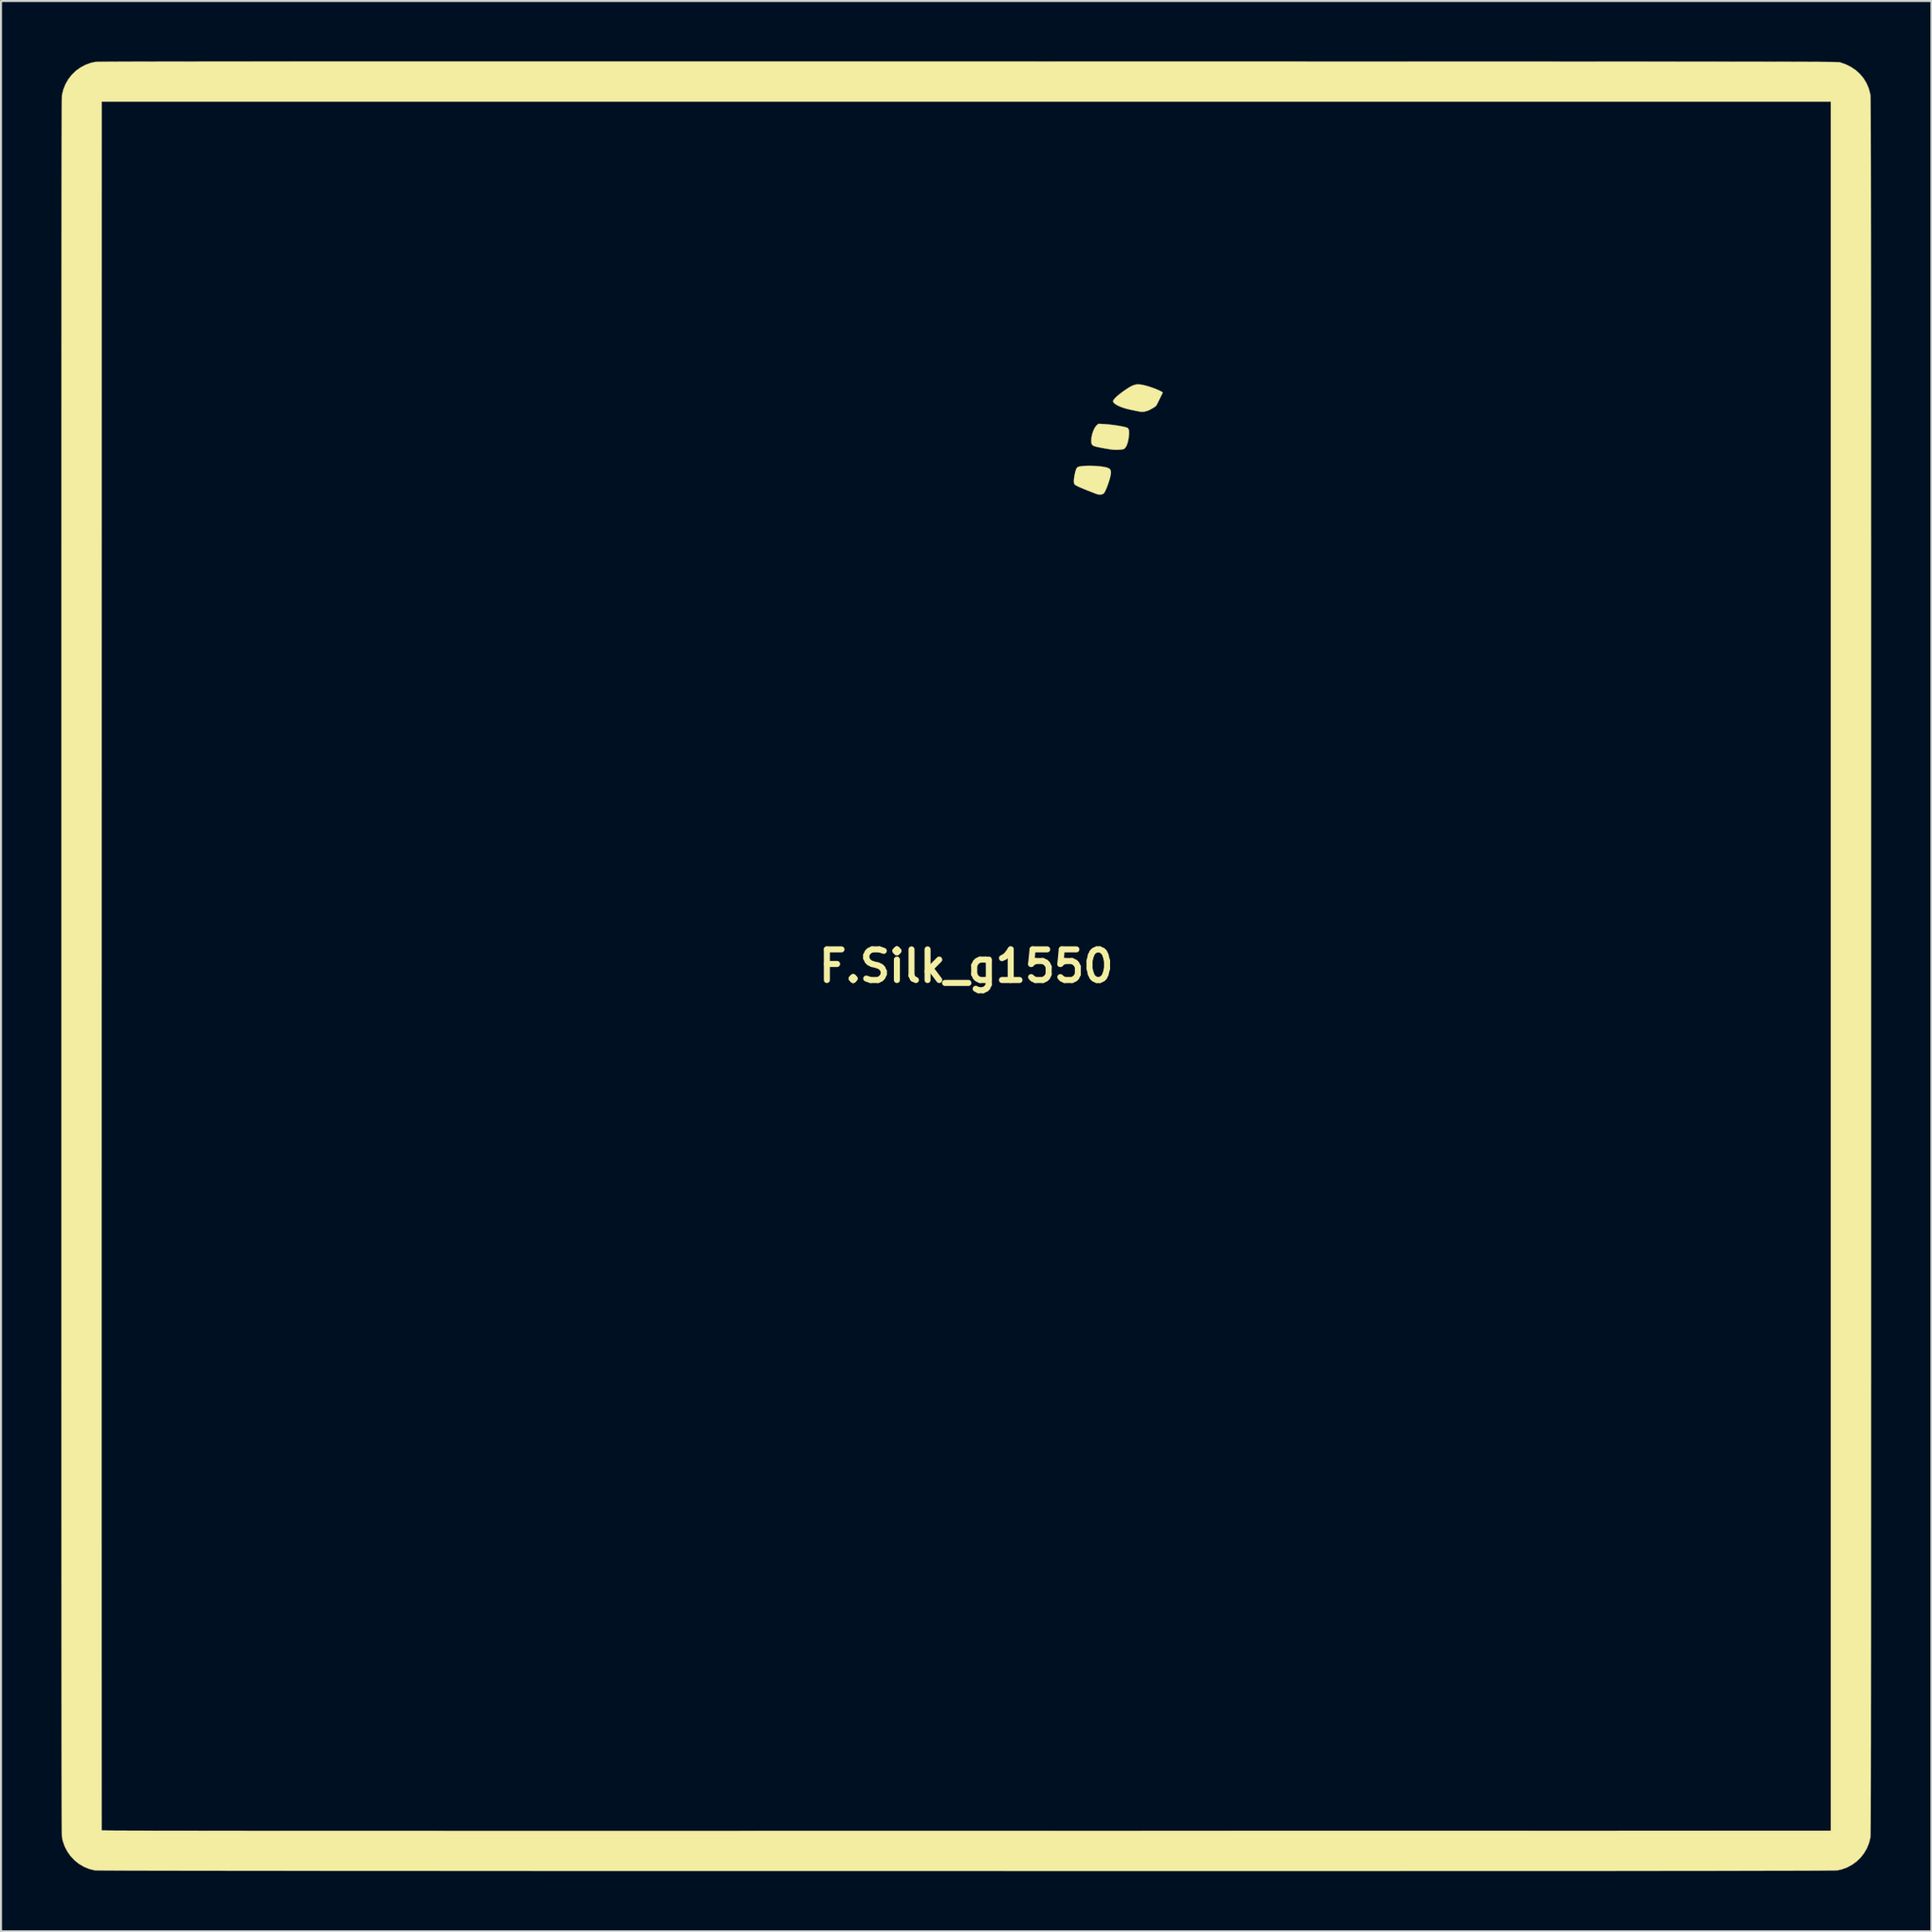
<source format=kicad_pcb>
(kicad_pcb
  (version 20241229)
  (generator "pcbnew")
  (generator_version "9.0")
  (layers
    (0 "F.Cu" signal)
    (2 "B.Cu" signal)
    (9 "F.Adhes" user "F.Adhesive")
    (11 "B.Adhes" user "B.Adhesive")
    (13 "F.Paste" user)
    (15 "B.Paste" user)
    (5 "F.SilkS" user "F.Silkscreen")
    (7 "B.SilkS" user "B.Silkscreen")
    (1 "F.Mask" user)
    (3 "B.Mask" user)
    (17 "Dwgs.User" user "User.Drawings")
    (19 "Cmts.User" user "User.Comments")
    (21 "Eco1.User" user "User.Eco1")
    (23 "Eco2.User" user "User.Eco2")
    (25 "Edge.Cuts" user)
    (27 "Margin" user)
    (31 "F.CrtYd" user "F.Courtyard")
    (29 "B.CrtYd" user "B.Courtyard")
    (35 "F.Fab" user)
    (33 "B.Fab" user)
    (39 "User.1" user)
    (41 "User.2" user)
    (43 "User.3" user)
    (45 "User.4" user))
  (footprint "F.Silk_g1550"
    (layer "F.Cu")
    (at 45.005 45.002)
    (property "Reference" "F.Silk_g1550" (at 0 0 0) (layer "F.SilkS") (effects (font (size 1.524 1.524) (thickness 0.3))))
    (attr through_hole)
    (fp_poly (pts (xy 6.847 -26.959) (xy 6.987 -26.95) (xy 7.14 -26.935) (xy 7.3 -26.916) (xy 7.46 -26.894) (xy 7.613 -26.869) (xy 7.753 -26.844) (xy 7.871 -26.819) (xy 7.962 -26.794) (xy 8.019 -26.773) (xy 8.024 -26.77) (xy 8.067 -26.723) (xy 8.093 -26.645) (xy 8.1 -26.533) (xy 8.096 -26.432) (xy 8.073 -26.24) (xy 8.038 -26.071) (xy 7.993 -25.93) (xy 7.939 -25.82) (xy 7.878 -25.746) (xy 7.846 -25.724) (xy 7.791 -25.708) (xy 7.706 -25.694) (xy 7.6 -25.685) (xy 7.485 -25.681) (xy 7.373 -25.683) (xy 7.292 -25.689) (xy 7.197 -25.701) (xy 7.078 -25.719) (xy 6.944 -25.741) (xy 6.807 -25.765) (xy 6.675 -25.79) (xy 6.559 -25.814) (xy 6.467 -25.834) (xy 6.422 -25.847) (xy 6.332 -25.879) (xy 6.273 -25.918) (xy 6.239 -25.971) (xy 6.222 -26.047) (xy 6.219 -26.157) (xy 6.219 -26.157) (xy 6.231 -26.299) (xy 6.262 -26.449) (xy 6.31 -26.596) (xy 6.369 -26.73) (xy 6.436 -26.84) (xy 6.502 -26.914) (xy 6.572 -26.972) (xy 6.847 -26.959)) (stroke (width 0.01) (type solid)) (fill yes) (layer "F.SilkS"))
    (fp_poly (pts (xy 6.232 -24.884) (xy 6.414 -24.877) (xy 6.594 -24.863) (xy 6.766 -24.842) (xy 6.805 -24.836) (xy 6.947 -24.81) (xy 7.051 -24.779) (xy 7.124 -24.74) (xy 7.169 -24.69) (xy 7.191 -24.624) (xy 7.197 -24.552) (xy 7.189 -24.467) (xy 7.167 -24.357) (xy 7.135 -24.229) (xy 7.094 -24.092) (xy 7.047 -23.953) (xy 6.997 -23.819) (xy 6.947 -23.7) (xy 6.899 -23.601) (xy 6.856 -23.531) (xy 6.834 -23.506) (xy 6.756 -23.466) (xy 6.654 -23.453) (xy 6.54 -23.466) (xy 6.456 -23.493) (xy 6.403 -23.514) (xy 6.321 -23.547) (xy 6.217 -23.587) (xy 6.101 -23.632) (xy 6.032 -23.658) (xy 5.839 -23.735) (xy 5.676 -23.804) (xy 5.545 -23.865) (xy 5.45 -23.915) (xy 5.393 -23.954) (xy 5.392 -23.955) (xy 5.368 -24.002) (xy 5.356 -24.083) (xy 5.358 -24.192) (xy 5.372 -24.323) (xy 5.396 -24.458) (xy 5.428 -24.595) (xy 5.459 -24.695) (xy 5.491 -24.764) (xy 5.528 -24.807) (xy 5.556 -24.824) (xy 5.636 -24.849) (xy 5.751 -24.867) (xy 5.893 -24.879) (xy 6.056 -24.885) (xy 6.232 -24.884)) (stroke (width 0.01) (type solid)) (fill yes) (layer "F.SilkS"))
    (fp_poly (pts (xy 8.664 -28.928) (xy 8.798 -28.905) (xy 8.799 -28.904) (xy 8.93 -28.873) (xy 9.077 -28.83) (xy 9.23 -28.779) (xy 9.38 -28.725) (xy 9.518 -28.669) (xy 9.635 -28.617) (xy 9.72 -28.57) (xy 9.725 -28.567) (xy 9.777 -28.533) (xy 9.626 -28.221) (xy 9.573 -28.112) (xy 9.524 -28.015) (xy 9.483 -27.937) (xy 9.453 -27.885) (xy 9.442 -27.869) (xy 9.4 -27.833) (xy 9.331 -27.785) (xy 9.245 -27.734) (xy 9.154 -27.684) (xy 9.068 -27.642) (xy 9.024 -27.624) (xy 8.883 -27.584) (xy 8.749 -27.571) (xy 8.689 -27.574) (xy 8.609 -27.586) (xy 8.5 -27.606) (xy 8.372 -27.632) (xy 8.238 -27.66) (xy 8.108 -27.689) (xy 7.995 -27.716) (xy 7.908 -27.739) (xy 7.906 -27.74) (xy 7.75 -27.791) (xy 7.609 -27.848) (xy 7.49 -27.908) (xy 7.395 -27.969) (xy 7.332 -28.028) (xy 7.303 -28.081) (xy 7.303 -28.092) (xy 7.321 -28.148) (xy 7.375 -28.222) (xy 7.462 -28.312) (xy 7.579 -28.414) (xy 7.726 -28.528) (xy 7.899 -28.652) (xy 7.928 -28.672) (xy 8.083 -28.773) (xy 8.214 -28.847) (xy 8.329 -28.898) (xy 8.438 -28.927) (xy 8.546 -28.936) (xy 8.664 -28.928)) (stroke (width 0.01) (type solid)) (fill yes) (layer "F.SilkS"))
    (fp_poly (pts (xy -21.119 -44.997) (xy -20.024 -44.997) (xy -18.895 -44.997) (xy -17.73 -44.997) (xy -16.53 -44.997) (xy -15.293 -44.997) (xy -14.02 -44.997) (xy -12.709 -44.996) (xy -11.361 -44.996) (xy -9.974 -44.996) (xy -8.548 -44.996) (xy -7.083 -44.996) (xy -5.577 -44.996) (xy -4.032 -44.995) (xy -2.445 -44.995) (xy -0.817 -44.995) (xy 0.085 -44.995) (xy 1.723 -44.995) (xy 3.32 -44.995) (xy 4.876 -44.994) (xy 6.391 -44.994) (xy 7.865 -44.994) (xy 9.3 -44.994) (xy 10.696 -44.993) (xy 12.054 -44.993) (xy 13.373 -44.993) (xy 14.655 -44.993) (xy 15.9 -44.993) (xy 17.109 -44.992) (xy 18.282 -44.992) (xy 19.419 -44.992) (xy 20.522 -44.992) (xy 21.59 -44.992) (xy 22.625 -44.991) (xy 23.626 -44.991) (xy 24.595 -44.991) (xy 25.532 -44.991) (xy 26.438 -44.99) (xy 27.312 -44.99) (xy 28.156 -44.99) (xy 28.97 -44.99) (xy 29.754 -44.989) (xy 30.51 -44.989) (xy 31.238 -44.989) (xy 31.937 -44.988) (xy 32.61 -44.988) (xy 33.256 -44.988) (xy 33.875 -44.987) (xy 34.469 -44.987) (xy 35.038 -44.987) (xy 35.583 -44.986) (xy 36.103 -44.986) (xy 36.6 -44.985) (xy 37.074 -44.985) (xy 37.526 -44.984) (xy 37.956 -44.984) (xy 38.365 -44.983) (xy 38.753 -44.983) (xy 39.12 -44.982) (xy 39.468 -44.982) (xy 39.797 -44.981) (xy 40.108 -44.981) (xy 40.4 -44.98) (xy 40.675 -44.979) (xy 40.933 -44.979) (xy 41.174 -44.978) (xy 41.4 -44.977) (xy 41.61 -44.977) (xy 41.805 -44.976) (xy 41.986 -44.975) (xy 42.154 -44.974) (xy 42.308 -44.974) (xy 42.449 -44.973) (xy 42.579 -44.972) (xy 42.697 -44.971) (xy 42.804 -44.97) (xy 42.9 -44.969) (xy 42.986 -44.968) (xy 43.063 -44.967) (xy 43.132 -44.966) (xy 43.191 -44.965) (xy 43.243 -44.964) (xy 43.288 -44.963) (xy 43.326 -44.962) (xy 43.358 -44.96) (xy 43.384 -44.959) (xy 43.406 -44.958) (xy 43.422 -44.957) (xy 43.435 -44.955) (xy 43.444 -44.954) (xy 43.45 -44.953) (xy 43.741 -44.852) (xy 44.006 -44.72) (xy 44.245 -44.559) (xy 44.453 -44.369) (xy 44.631 -44.154) (xy 44.777 -43.914) (xy 44.888 -43.652) (xy 44.962 -43.37) (xy 44.969 -43.334) (xy 44.97 -43.324) (xy 44.971 -43.307) (xy 44.972 -43.283) (xy 44.973 -43.251) (xy 44.974 -43.211) (xy 44.976 -43.162) (xy 44.977 -43.103) (xy 44.978 -43.035) (xy 44.979 -42.956) (xy 44.979 -42.867) (xy 44.98 -42.766) (xy 44.981 -42.653) (xy 44.982 -42.527) (xy 44.983 -42.388) (xy 44.984 -42.236) (xy 44.985 -42.07) (xy 44.985 -41.889) (xy 44.986 -41.693) (xy 44.987 -41.481) (xy 44.988 -41.253) (xy 44.988 -41.008) (xy 44.989 -40.746) (xy 44.989 -40.466) (xy 44.99 -40.168) (xy 44.991 -39.851) (xy 44.991 -39.515) (xy 44.992 -39.158) (xy 44.992 -38.782) (xy 44.993 -38.384) (xy 44.993 -37.965) (xy 44.994 -37.524) (xy 44.994 -37.06) (xy 44.995 -36.574) (xy 44.995 -36.063) (xy 44.995 -35.529) (xy 44.996 -34.97) (xy 44.996 -34.385) (xy 44.996 -33.775) (xy 44.997 -33.139) (xy 44.997 -32.476) (xy 44.997 -31.786) (xy 44.997 -31.068) (xy 44.998 -30.322) (xy 44.998 -29.547) (xy 44.998 -28.742) (xy 44.998 -27.907) (xy 44.999 -27.042) (xy 44.999 -26.146) (xy 44.999 -25.219) (xy 44.999 -24.26) (xy 44.999 -23.268) (xy 44.999 -22.242) (xy 45 -21.184) (xy 45 -20.091) (xy 45 -18.963) (xy 45 -17.801) (xy 45 -16.602) (xy 45 -15.368) (xy 45 -14.096) (xy 45 -12.787) (xy 45 -11.441) (xy 45 -10.056) (xy 45 -8.632) (xy 45 -7.169) (xy 45 -5.666) (xy 45 -4.122) (xy 45 -2.538) (xy 45 -0.912) (xy 45 0) (xy 45 1.649) (xy 45 3.256) (xy 45 4.823) (xy 45 6.348) (xy 45 7.833) (xy 45 9.278) (xy 45 10.685) (xy 45 12.052) (xy 45 13.382) (xy 45 14.673) (xy 45 15.928) (xy 45 17.146) (xy 45 18.329) (xy 45 19.476) (xy 45 20.587) (xy 44.999 21.665) (xy 44.999 22.708) (xy 44.999 23.718) (xy 44.999 24.696) (xy 44.999 25.641) (xy 44.999 26.554) (xy 44.999 27.436) (xy 44.998 28.287) (xy 44.998 29.108) (xy 44.998 29.899) (xy 44.998 30.661) (xy 44.997 31.395) (xy 44.997 32.1) (xy 44.997 32.778) (xy 44.997 33.429) (xy 44.996 34.053) (xy 44.996 34.652) (xy 44.995 35.225) (xy 44.995 35.772) (xy 44.995 36.296) (xy 44.994 36.796) (xy 44.994 37.272) (xy 44.993 37.725) (xy 44.993 38.156) (xy 44.993 38.566) (xy 44.992 38.954) (xy 44.991 39.321) (xy 44.991 39.669) (xy 44.99 39.996) (xy 44.99 40.305) (xy 44.989 40.594) (xy 44.989 40.866) (xy 44.988 41.12) (xy 44.987 41.358) (xy 44.986 41.578) (xy 44.986 41.783) (xy 44.985 41.972) (xy 44.984 42.146) (xy 44.983 42.306) (xy 44.983 42.452) (xy 44.982 42.585) (xy 44.981 42.705) (xy 44.98 42.813) (xy 44.979 42.909) (xy 44.978 42.993) (xy 44.977 43.067) (xy 44.976 43.131) (xy 44.975 43.185) (xy 44.974 43.23) (xy 44.973 43.267) (xy 44.972 43.295) (xy 44.971 43.316) (xy 44.969 43.33) (xy 44.969 43.334) (xy 44.899 43.614) (xy 44.793 43.877) (xy 44.652 44.118) (xy 44.481 44.337) (xy 44.281 44.529) (xy 44.056 44.693) (xy 43.809 44.825) (xy 43.541 44.921) (xy 43.334 44.969) (xy 43.324 44.97) (xy 43.307 44.971) (xy 43.283 44.972) (xy 43.251 44.973) (xy 43.211 44.974) (xy 43.162 44.976) (xy 43.104 44.977) (xy 43.036 44.978) (xy 42.957 44.979) (xy 42.867 44.979) (xy 42.766 44.98) (xy 42.653 44.981) (xy 42.528 44.982) (xy 42.389 44.983) (xy 42.237 44.984) (xy 42.071 44.985) (xy 41.89 44.985) (xy 41.694 44.986) (xy 41.483 44.987) (xy 41.255 44.987) (xy 41.01 44.988) (xy 40.748 44.989) (xy 40.469 44.989) (xy 40.171 44.99) (xy 39.854 44.99) (xy 39.518 44.991) (xy 39.162 44.992) (xy 38.786 44.992) (xy 38.388 44.993) (xy 37.97 44.993) (xy 37.529 44.993) (xy 37.066 44.994) (xy 36.579 44.994) (xy 36.069 44.995) (xy 35.535 44.995) (xy 34.976 44.995) (xy 34.393 44.996) (xy 33.783 44.996) (xy 33.147 44.996) (xy 32.485 44.996) (xy 31.795 44.997) (xy 31.077 44.997) (xy 30.332 44.997) (xy 29.557 44.997) (xy 28.753 44.998) (xy 27.919 44.998) (xy 27.054 44.998) (xy 26.159 44.998) (xy 25.232 44.998) (xy 24.273 44.998) (xy 23.281 44.998) (xy 22.257 44.998) (xy 21.199 44.999) (xy 20.107 44.999) (xy 18.98 44.999) (xy 17.818 44.999) (xy 16.62 44.999) (xy 15.386 44.999) (xy 14.115 44.999) (xy 12.807 44.999) (xy 11.461 44.999) (xy 10.077 44.999) (xy 8.654 44.999) (xy 7.192 44.999) (xy 5.689 44.999) (xy 4.146 44.999) (xy 2.562 44.999) (xy 0.937 44.998) (xy -0.019 44.998) (xy -1.682 44.998) (xy -3.303 44.998) (xy -4.883 44.998) (xy -6.422 44.998) (xy -7.921 44.998) (xy -9.38 44.998) (xy -10.8 44.998) (xy -12.181 44.998) (xy -13.523 44.998) (xy -14.828 44.997) (xy -16.096 44.997) (xy -17.327 44.997) (xy -18.522 44.997) (xy -19.681 44.997) (xy -20.805 44.997) (xy -21.894 44.996) (xy -22.949 44.996) (xy -23.97 44.996) (xy -24.958 44.996) (xy -25.914 44.996) (xy -26.837 44.995) (xy -27.728 44.995) (xy -28.589 44.995) (xy -29.419 44.995) (xy -30.218 44.994) (xy -30.989 44.994) (xy -31.73 44.994) (xy -32.442 44.993) (xy -33.126 44.993) (xy -33.783 44.993) (xy -34.413 44.992) (xy -35.016 44.992) (xy -35.593 44.991) (xy -36.145 44.991) (xy -36.671 44.991) (xy -37.173 44.99) (xy -37.651 44.99) (xy -38.106 44.989) (xy -38.537 44.989) (xy -38.946 44.988) (xy -39.333 44.987) (xy -39.699 44.987) (xy -40.043 44.986) (xy -40.367 44.986) (xy -40.671 44.985) (xy -40.956 44.984) (xy -41.222 44.984) (xy -41.469 44.983) (xy -41.699 44.982) (xy -41.911 44.982) (xy -42.106 44.981) (xy -42.285 44.98) (xy -42.448 44.979) (xy -42.596 44.978) (xy -42.728 44.978) (xy -42.847 44.977) (xy -42.951 44.976) (xy -43.043 44.975) (xy -43.121 44.974) (xy -43.187 44.973) (xy -43.241 44.972) (xy -43.284 44.971) (xy -43.317 44.97) (xy -43.339 44.969) (xy -43.351 44.968) (xy -43.352 44.967) (xy -43.628 44.897) (xy -43.887 44.789) (xy -44.127 44.647) (xy -44.344 44.474) (xy -44.535 44.273) (xy -44.697 44.048) (xy -44.828 43.8) (xy -44.923 43.534) (xy -44.969 43.334) (xy -44.97 43.324) (xy -44.971 43.307) (xy -44.972 43.283) (xy -44.973 43.251) (xy -44.974 43.211) (xy -44.976 43.162) (xy -44.977 43.103) (xy -44.978 43.035) (xy -44.979 42.956) (xy -44.979 42.867) (xy -44.98 42.766) (xy -44.981 42.653) (xy -44.982 42.527) (xy -44.983 42.388) (xy -44.984 42.236) (xy -44.985 42.07) (xy -44.985 41.889) (xy -44.986 41.693) (xy -44.987 41.481) (xy -44.988 41.253) (xy -44.988 41.008) (xy -44.989 40.746) (xy -44.989 40.466) (xy -44.99 40.168) (xy -44.991 39.851) (xy -44.991 39.515) (xy -44.992 39.158) (xy -44.992 38.782) (xy -44.993 38.384) (xy -44.993 37.965) (xy -44.994 37.524) (xy -44.994 37.06) (xy -44.995 36.574) (xy -44.995 36.063) (xy -44.995 35.529) (xy -44.996 34.97) (xy -44.996 34.385) (xy -44.996 33.775) (xy -44.997 33.139) (xy -44.997 32.476) (xy -44.997 31.786) (xy -44.997 31.068) (xy -44.998 30.322) (xy -44.998 29.547) (xy -44.998 28.742) (xy -44.998 27.907) (xy -44.999 27.042) (xy -44.999 26.146) (xy -44.999 25.219) (xy -44.999 24.26) (xy -44.999 23.268) (xy -44.999 22.242) (xy -45 21.184) (xy -45 20.091) (xy -45 20.021) (xy -43.007 20.021) (xy -43.007 21.135) (xy -43.007 22.229) (xy -43.007 23.303) (xy -43.007 24.354) (xy -43.007 25.384) (xy -43.007 26.392) (xy -43.007 27.376) (xy -43.007 28.336) (xy -43.006 29.272) (xy -43.006 30.183) (xy -43.006 31.067) (xy -43.006 31.926) (xy -43.006 32.758) (xy -43.006 33.561) (xy -43.006 34.337) (xy -43.006 35.084) (xy -43.005 35.801) (xy -43.005 36.488) (xy -43.005 37.144) (xy -43.005 37.769) (xy -43.005 38.362) (xy -43.005 38.922) (xy -43.004 39.449) (xy -43.004 39.942) (xy -43.004 40.4) (xy -43.004 40.823) (xy -43.003 41.211) (xy -43.003 41.562) (xy -43.003 41.875) (xy -43.003 42.152) (xy -43.002 42.389) (xy -43.002 42.588) (xy -43.002 42.747) (xy -43.002 42.866) (xy -43.001 42.945) (xy -43.001 42.981) (xy -43.001 42.984) (xy -42.993 42.985) (xy -42.971 42.986) (xy -42.934 42.987) (xy -42.881 42.988) (xy -42.812 42.989) (xy -42.727 42.99) (xy -42.625 42.991) (xy -42.506 42.992) (xy -42.368 42.993) (xy -42.212 42.993) (xy -42.038 42.994) (xy -41.844 42.995) (xy -41.631 42.996) (xy -41.397 42.996) (xy -41.143 42.997) (xy -40.867 42.998) (xy -40.57 42.998) (xy -40.251 42.999) (xy -39.909 42.999) (xy -39.544 43) (xy -39.156 43) (xy -38.744 43.001) (xy -38.307 43.001) (xy -37.846 43.002) (xy -37.359 43.002) (xy -36.847 43.003) (xy -36.308 43.003) (xy -35.743 43.004) (xy -35.15 43.004) (xy -34.53 43.004) (xy -33.881 43.005) (xy -33.204 43.005) (xy -32.498 43.005) (xy -31.762 43.005) (xy -30.996 43.006) (xy -30.2 43.006) (xy -29.373 43.006) (xy -28.515 43.006) (xy -27.624 43.006) (xy -26.702 43.006) (xy -25.746 43.007) (xy -24.758 43.007) (xy -23.735 43.007) (xy -22.679 43.007) (xy -21.587 43.007) (xy -20.461 43.007) (xy -19.299 43.007) (xy -18.101 43.007) (xy -16.866 43.007) (xy -15.594 43.007) (xy -14.285 43.007) (xy -12.938 43.007) (xy -11.553 43.007) (xy -10.129 43.006) (xy -8.665 43.006) (xy -7.162 43.006) (xy -5.618 43.006) (xy -4.034 43.006) (xy -2.408 43.006) (xy -0.741 43.005) (xy 0.005 43.005) (xy 43 43) (xy 43 -43) (xy -43 -43) (xy -43.005 -0.021) (xy -43.006 1.329) (xy -43.006 2.668) (xy -43.006 3.997) (xy -43.006 5.315) (xy -43.006 6.621) (xy -43.006 7.915) (xy -43.006 9.195) (xy -43.007 10.461) (xy -43.007 11.713) (xy -43.007 12.95) (xy -43.007 14.172) (xy -43.007 15.377) (xy -43.007 16.565) (xy -43.007 17.735) (xy -43.007 18.888) (xy -43.007 20.021) (xy -45 20.021) (xy -45 18.963) (xy -45 17.801) (xy -45 16.602) (xy -45 15.368) (xy -45 14.096) (xy -45 12.787) (xy -45 11.441) (xy -45 10.056) (xy -45 8.632) (xy -45 7.169) (xy -45 5.666) (xy -45 4.122) (xy -45 2.538) (xy -45 0.912) (xy -45 0) (xy -45 -1.649) (xy -45 -3.256) (xy -45 -4.823) (xy -45 -6.348) (xy -45 -7.833) (xy -45 -9.278) (xy -45 -10.685) (xy -45 -12.052) (xy -45 -13.382) (xy -45 -14.673) (xy -45 -15.928) (xy -45 -17.146) (xy -45 -18.329) (xy -45 -19.476) (xy -45 -20.587) (xy -44.999 -21.665) (xy -44.999 -22.708) (xy -44.999 -23.718) (xy -44.999 -24.696) (xy -44.999 -25.641) (xy -44.999 -26.554) (xy -44.999 -27.436) (xy -44.998 -28.287) (xy -44.998 -29.108) (xy -44.998 -29.899) (xy -44.998 -30.661) (xy -44.997 -31.395) (xy -44.997 -32.1) (xy -44.997 -32.778) (xy -44.997 -33.429) (xy -44.996 -34.053) (xy -44.996 -34.652) (xy -44.995 -35.225) (xy -44.995 -35.772) (xy -44.995 -36.296) (xy -44.994 -36.796) (xy -44.994 -37.272) (xy -44.993 -37.725) (xy -44.993 -38.156) (xy -44.993 -38.566) (xy -44.992 -38.954) (xy -44.991 -39.321) (xy -44.991 -39.669) (xy -44.99 -39.996) (xy -44.99 -40.305) (xy -44.989 -40.594) (xy -44.989 -40.866) (xy -44.988 -41.12) (xy -44.987 -41.358) (xy -44.986 -41.578) (xy -44.986 -41.783) (xy -44.985 -41.972) (xy -44.984 -42.146) (xy -44.983 -42.306) (xy -44.983 -42.452) (xy -44.982 -42.585) (xy -44.981 -42.705) (xy -44.98 -42.813) (xy -44.979 -42.909) (xy -44.978 -42.993) (xy -44.977 -43.067) (xy -44.976 -43.131) (xy -44.975 -43.185) (xy -44.974 -43.23) (xy -44.973 -43.267) (xy -44.972 -43.295) (xy -44.971 -43.316) (xy -44.969 -43.33) (xy -44.969 -43.334) (xy -44.899 -43.614) (xy -44.793 -43.876) (xy -44.653 -44.118) (xy -44.481 -44.337) (xy -44.282 -44.529) (xy -44.057 -44.692) (xy -43.81 -44.824) (xy -43.543 -44.921) (xy -43.331 -44.969) (xy -43.321 -44.97) (xy -43.304 -44.971) (xy -43.28 -44.973) (xy -43.247 -44.974) (xy -43.207 -44.975) (xy -43.157 -44.976) (xy -43.099 -44.977) (xy -43.03 -44.978) (xy -42.951 -44.979) (xy -42.86 -44.98) (xy -42.759 -44.981) (xy -42.645 -44.982) (xy -42.519 -44.982) (xy -42.379 -44.983) (xy -42.226 -44.984) (xy -42.059 -44.985) (xy -41.877 -44.985) (xy -41.68 -44.986) (xy -41.467 -44.987) (xy -41.238 -44.988) (xy -40.993 -44.988) (xy -40.73 -44.989) (xy -40.449 -44.989) (xy -40.149 -44.99) (xy -39.831 -44.99) (xy -39.494 -44.991) (xy -39.136 -44.991) (xy -38.758 -44.992) (xy -38.359 -44.992) (xy -37.939 -44.993) (xy -37.496 -44.993) (xy -37.031 -44.994) (xy -36.543 -44.994) (xy -36.031 -44.994) (xy -35.495 -44.995) (xy -34.935 -44.995) (xy -34.349 -44.995) (xy -33.737 -44.995) (xy -33.1 -44.996) (xy -32.435 -44.996) (xy -31.743 -44.996) (xy -31.023 -44.996) (xy -30.275 -44.996) (xy -29.498 -44.996) (xy -28.692 -44.997) (xy -27.856 -44.997) (xy -26.989 -44.997) (xy -26.091 -44.997) (xy -25.162 -44.997) (xy -24.201 -44.997) (xy -23.207 -44.997) (xy -22.18 -44.997) (xy -21.119 -44.997)) (stroke (width 0.01) (type solid)) (fill yes) (layer "F.SilkS")))
  (gr_rect
    (start -3 -3)
    (end 93.011 93.006)
    (stroke (width 0.1) (type default))
    (fill no)
    (layer "Edge.Cuts")))
</source>
